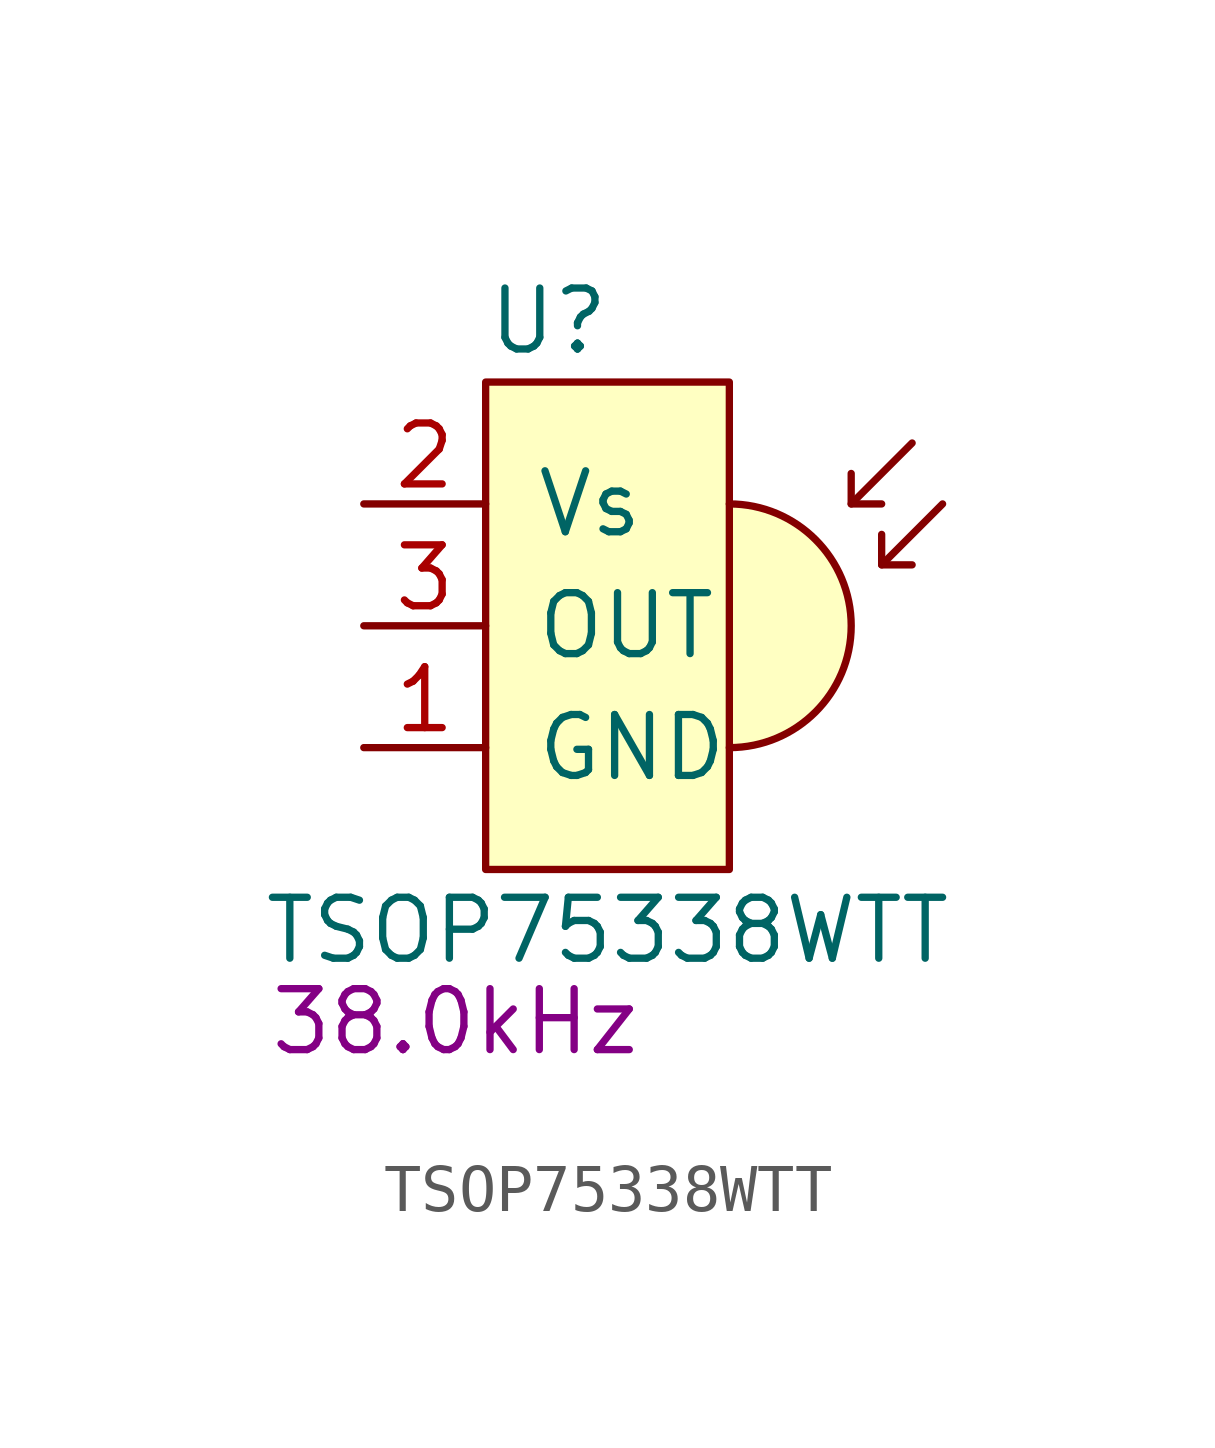
<source format=kicad_sym>
(kicad_symbol_lib
  (version 20211014)
  (generator kicad_symbol_editor)
  (symbol "TSOP75338WTT"
    (pin_names
      (offset 1.016))
    (property "Reference" "U"
      (at -2.54 6.35 0)
      (effects (font (size 1.27 1.27)) (justify left)))
    (property "Value" "TSOP75338WTT"
      (at 0 -6.35 0)
      (effects (font (size 1.27 1.27))))
    (property "Frequency" "38.0kHz"
      (at -3.175 -8.255 0)
      (effects (font (size 1.27 1.27))))
    (symbol "TSOP75338WTT_0_1"
      (rectangle (start -2.54 5.08) (end 2.54 -5.08) (stroke (width 0) (type default) (color 0 0 0 0)) (fill (type background)))
      (polyline (pts (xy 5.08 2.54) (xy 6.35 3.81)) (stroke (width 0) (type default) (color 0 0 0 0)) (fill (type none)))
      (polyline (pts (xy 5.715 1.27) (xy 6.985 2.54)) (stroke (width 0) (type default) (color 0 0 0 0)) (fill (type none)))
      (polyline (pts (xy 5.08 3.175) (xy 5.08 2.54) (xy 5.715 2.54)) (stroke (width 0) (type default) (color 0 0 0 0)) (fill (type none)))
      (polyline (pts (xy 5.715 1.905) (xy 5.715 1.27) (xy 6.35 1.27)) (stroke (width 0) (type default) (color 0 0 0 0)) (fill (type none)))
      (arc (start 2.54 -2.54) (mid 5.08 0) (end 2.54 2.54) (stroke (width 0) (type default) (color 0 0 0 0)) (fill (type background))))
    (symbol "TSOP75338WTT_1_1"
      (pin power_in line (at -5.08 -2.54 0) (length 2.54) (name "GND" (effects (font (size 1.27 1.27)))) (number "1" (effects (font (size 1.27 1.27)))))
      (pin power_in line (at -5.08 2.54 0) (length 2.54) (name "Vs" (effects (font (size 1.27 1.27)))) (number "2" (effects (font (size 1.27 1.27)))))
      (pin output line (at -5.08 0 0) (length 2.54) (name "OUT" (effects (font (size 1.27 1.27)))) (number "3" (effects (font (size 1.27 1.27)))))
      (pin power_in line (at -5.08 -2.54 0) (length 2.54) hide (name "GND" (effects (font (size 1.27 1.27)))) (number "4" (effects (font (size 1.27 1.27))))))))
</source>
